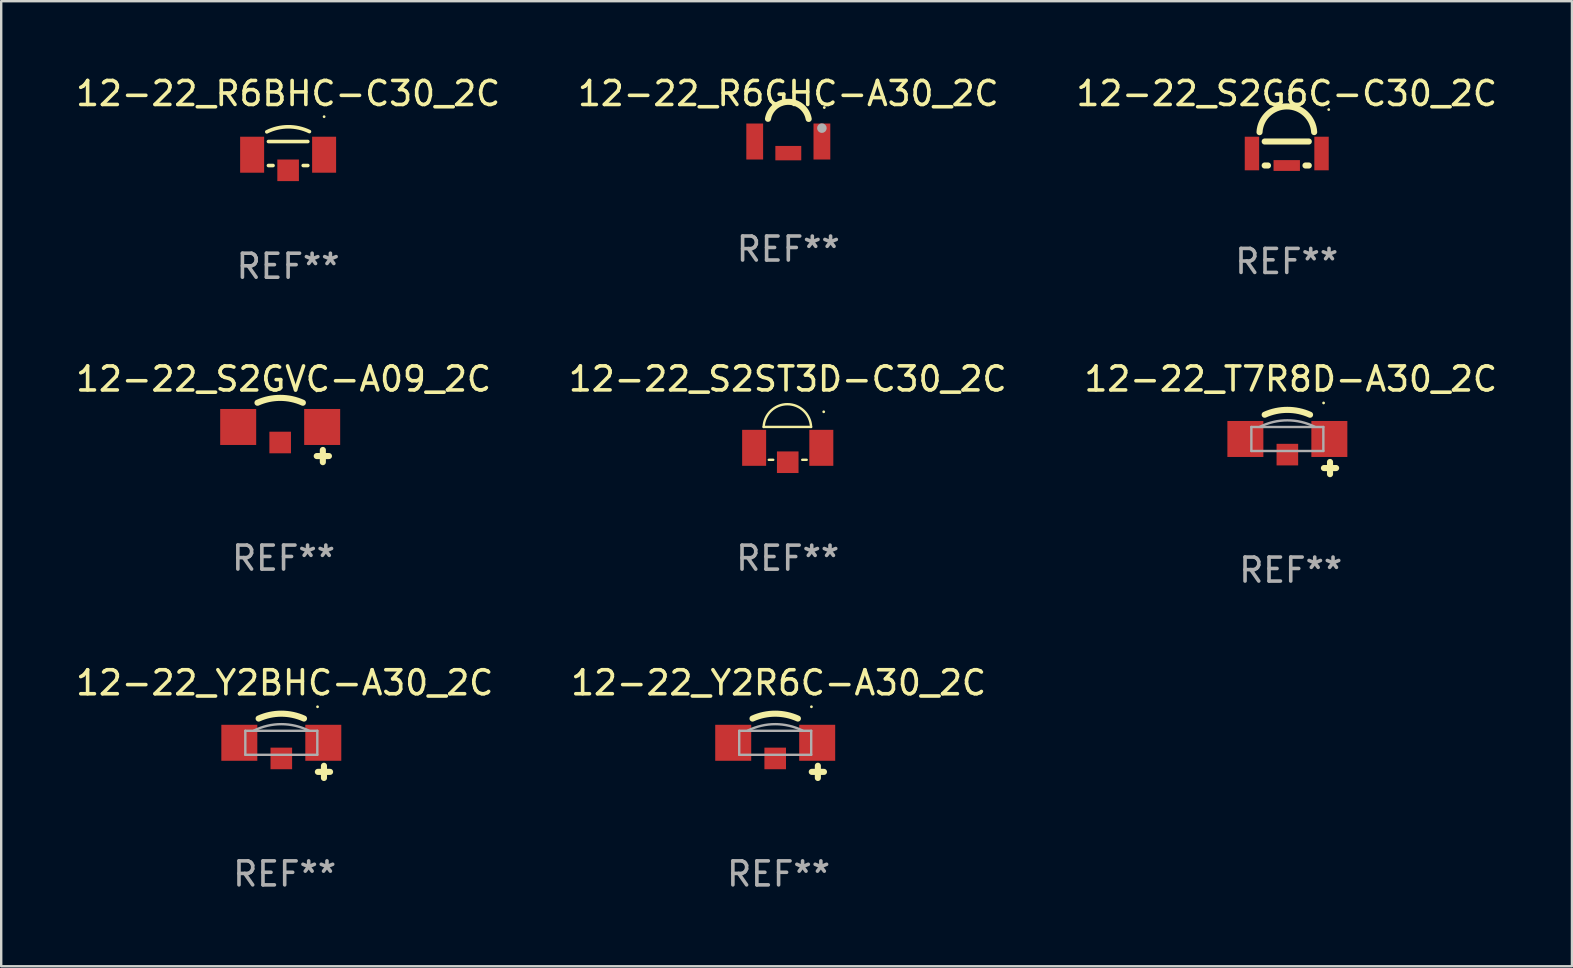
<source format=kicad_pcb>
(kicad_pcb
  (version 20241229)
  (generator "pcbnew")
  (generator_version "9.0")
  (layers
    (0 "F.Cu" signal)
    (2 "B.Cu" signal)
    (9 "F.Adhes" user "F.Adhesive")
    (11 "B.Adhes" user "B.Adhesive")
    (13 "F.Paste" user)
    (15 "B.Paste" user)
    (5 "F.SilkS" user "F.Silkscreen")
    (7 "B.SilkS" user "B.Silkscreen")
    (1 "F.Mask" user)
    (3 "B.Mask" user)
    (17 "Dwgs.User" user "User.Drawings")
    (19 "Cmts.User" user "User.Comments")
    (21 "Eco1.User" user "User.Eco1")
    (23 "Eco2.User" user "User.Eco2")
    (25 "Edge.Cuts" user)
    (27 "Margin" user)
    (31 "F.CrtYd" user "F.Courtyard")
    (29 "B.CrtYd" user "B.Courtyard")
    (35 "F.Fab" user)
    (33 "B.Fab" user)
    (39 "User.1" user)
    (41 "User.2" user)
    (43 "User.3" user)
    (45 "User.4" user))
  (footprint "12-22_Y2BHC-A30_2C"
    (layer "F.Cu")
    (at 8.815 28.39)
    (property "Reference" "12-22_Y2BHC-A30_2C" (at 0 -2.983 0) (layer "F.SilkS") (effects (font (size 1 1) (thickness 0.15))))
    (attr through_hole)
    (fp_line (start 1.383 0.729) (end 1.891 0.729) (stroke (width 0.254) (type solid)) (layer "F.SilkS"))
    (fp_line (start 1.637 0.983) (end 1.637 0.475) (stroke (width 0.254) (type solid)) (layer "F.SilkS"))
    (fp_arc (start -1.086335 -1.493205) (mid -0.14097 -1.696234) (end 0.804394 -1.493205) (stroke (width 0.254001) (type solid)) (layer "F.SilkS"))
    (fp_circle (center 1.369 -1.984) (end 1.399 -1.984) (stroke (width 0.06) (type solid)) (fill no) (layer "F.SilkS"))
    (fp_line (start -1.641 -0.983) (end 1.359 -0.983) (stroke (width 0.1) (type solid)) (layer "F.Fab"))
    (fp_line (start -1.641 0.017) (end -1.641 -0.983) (stroke (width 0.1) (type solid)) (layer "F.Fab"))
    (fp_line (start 1.359 -0.983) (end 1.359 0.017) (stroke (width 0.1) (type solid)) (layer "F.Fab"))
    (fp_line (start 1.359 0.017) (end -1.641 0.017) (stroke (width 0.1) (type solid)) (layer "F.Fab"))
    (fp_arc (start -1.283973 -0.990792) (mid -0.140971 -1.259454) (end 1.002032 -0.990793) (stroke (width 0.1) (type solid)) (layer "F.Fab"))
    (fp_text user "REF**" (at 0 4.983 0) (layer "F.Fab") (effects (font (size 1 1) (thickness 0.15))))
    (pad "1" smd rect (at 1.609 -0.483 90) (size 1.5 1.5) (layers "F.Cu" "F.Mask" "F.Paste"))
    (pad "2" smd rect (at -0.141 0.169) (size 0.9 0.9) (layers "F.Cu" "F.Mask" "F.Paste"))
    (pad "3" smd rect (at -1.891 -0.483 90) (size 1.5 1.5) (layers "F.Cu" "F.Mask" "F.Paste")))
  (footprint "12-22_Y2R6C-A30_2C"
    (layer "F.Cu")
    (at 29.399 28.39)
    (property "Reference" "12-22_Y2R6C-A30_2C" (at 0 -2.983 0) (layer "F.SilkS") (effects (font (size 1 1) (thickness 0.15))))
    (attr through_hole)
    (fp_line (start 1.383 0.729) (end 1.891 0.729) (stroke (width 0.254) (type solid)) (layer "F.SilkS"))
    (fp_line (start 1.637 0.983) (end 1.637 0.475) (stroke (width 0.254) (type solid)) (layer "F.SilkS"))
    (fp_arc (start -1.086335 -1.493205) (mid -0.14097 -1.696234) (end 0.804394 -1.493205) (stroke (width 0.254001) (type solid)) (layer "F.SilkS"))
    (fp_circle (center 1.369 -1.984) (end 1.399 -1.984) (stroke (width 0.06) (type solid)) (fill no) (layer "F.SilkS"))
    (fp_line (start -1.641 -0.983) (end 1.359 -0.983) (stroke (width 0.1) (type solid)) (layer "F.Fab"))
    (fp_line (start -1.641 0.017) (end -1.641 -0.983) (stroke (width 0.1) (type solid)) (layer "F.Fab"))
    (fp_line (start 1.359 -0.983) (end 1.359 0.017) (stroke (width 0.1) (type solid)) (layer "F.Fab"))
    (fp_line (start 1.359 0.017) (end -1.641 0.017) (stroke (width 0.1) (type solid)) (layer "F.Fab"))
    (fp_arc (start -1.283973 -0.990792) (mid -0.140971 -1.259454) (end 1.002032 -0.990793) (stroke (width 0.1) (type solid)) (layer "F.Fab"))
    (fp_text user "REF**" (at 0 4.983 0) (layer "F.Fab") (effects (font (size 1 1) (thickness 0.15))))
    (pad "1" smd rect (at 1.609 -0.483 90) (size 1.5 1.5) (layers "F.Cu" "F.Mask" "F.Paste"))
    (pad "2" smd rect (at -0.141 0.169) (size 0.9 0.9) (layers "F.Cu" "F.Mask" "F.Paste"))
    (pad "3" smd rect (at -1.891 -0.483 90) (size 1.5 1.5) (layers "F.Cu" "F.Mask" "F.Paste")))
  (footprint "12-22_S2GVC-A09_2C"
    (layer "F.Cu")
    (at 8.768 15.478)
    (property "Reference" "12-22_S2GVC-A09_2C" (at 0 -2.733 0) (layer "F.SilkS") (effects (font (size 1 1) (thickness 0.15))))
    (attr through_hole)
    (fp_line (start 1.383 0.479) (end 1.891 0.479) (stroke (width 0.254) (type solid)) (layer "F.SilkS"))
    (fp_line (start 1.637 0.733) (end 1.637 0.225) (stroke (width 0.254) (type solid)) (layer "F.SilkS"))
    (fp_arc (start -1.086335 -1.743205) (mid -0.14097 -1.946234) (end 0.804394 -1.743205) (stroke (width 0.254001) (type solid)) (layer "F.SilkS"))
    (fp_circle (center 1.379 -2.237) (end 1.409 -2.237) (stroke (width 0.06) (type solid)) (fill no) (layer "F.SilkS"))
    (fp_text user "REF**" (at 0 4.733 0) (layer "F.Fab") (effects (font (size 1 1) (thickness 0.15))))
    (pad "1" smd rect (at 1.609 -0.733 90) (size 1.5 1.5) (layers "F.Cu" "F.Mask" "F.Paste"))
    (pad "2" smd rect (at -0.141 -0.086) (size 0.9 0.9) (layers "F.Cu" "F.Mask" "F.Paste"))
    (pad "3" smd rect (at -1.891 -0.733 90) (size 1.5 1.5) (layers "F.Cu" "F.Mask" "F.Paste")))
  (footprint "12-22_R6BHC-C30_2C"
    (layer "F.Cu")
    (at 8.958 3.448)
    (property "Reference" "12-22_R6BHC-C30_2C" (at 0 -2.6 0) (layer "F.SilkS") (effects (font (size 1 1) (thickness 0.15))))
    (attr through_hole)
    (fp_line (start -0.821 -0.6) (end 0.821 -0.6) (stroke (width 0.15) (type solid)) (layer "F.SilkS"))
    (fp_line (start -0.821 0.4) (end -0.629 0.4) (stroke (width 0.15) (type solid)) (layer "F.SilkS"))
    (fp_line (start 0.629 0.4) (end 0.821 0.4) (stroke (width 0.15) (type solid)) (layer "F.SilkS"))
    (fp_arc (start -0.889129 -1.00254) (mid -0.001419 -1.214379) (end 0.888798 -1.013335) (stroke (width 0.150013) (type solid)) (layer "F.SilkS"))
    (fp_circle (center 1.5 -1.635) (end 1.53 -1.635) (stroke (width 0.06) (type solid)) (fill no) (layer "F.SilkS"))
    (fp_text user "REF**" (at 0 4.6 0) (layer "F.Fab") (effects (font (size 1 1) (thickness 0.15))))
    (pad "A" smd rect (at 1.5 -0.05) (size 1 1.5) (layers "F.Cu" "F.Mask" "F.Paste"))
    (pad "C1" smd rect (at -1.5 -0.05) (size 1 1.5) (layers "F.Cu" "F.Mask" "F.Paste"))
    (pad "C2" smd rect (at -0.000127 0.6) (size 0.9 0.9) (layers "F.Cu" "F.Mask" "F.Paste")))
  (footprint "12-22_S2G6C-C30_2C"
    (layer "F.Cu")
    (at 50.577 3.348)
    (property "Reference" "12-22_S2G6C-C30_2C" (at 0 -2.5 0) (layer "F.SilkS") (effects (font (size 1 1) (thickness 0.15))))
    (attr through_hole)
    (fp_line (start -0.919 -0.5) (end 0.919 -0.5) (stroke (width 0.254) (type solid)) (layer "F.SilkS"))
    (fp_line (start -0.781 0.5) (end -0.919 0.5) (stroke (width 0.254) (type solid)) (layer "F.SilkS"))
    (fp_line (start 0.919 0.5) (end 0.781 0.5) (stroke (width 0.254) (type solid)) (layer "F.SilkS"))
    (fp_arc (start -1.134187 -0.88998) (mid 0.002982 -1.965229) (end 1.143002 -0.893002) (stroke (width 0.254001) (type solid)) (layer "F.SilkS"))
    (fp_circle (center 1.75 -1.831) (end 1.78 -1.831) (stroke (width 0.06) (type solid)) (fill no) (layer "F.SilkS"))
    (fp_text user "REF**" (at 0 4.5 0) (layer "F.Fab") (effects (font (size 1 1) (thickness 0.15))))
    (pad "1" smd rect (at 1.45 -0.000064 90) (size 1.4 0.6) (layers "F.Cu" "F.Mask" "F.Paste"))
    (pad "2" smd rect (at 0 0.5) (size 1.1 0.45) (layers "F.Cu" "F.Mask" "F.Paste"))
    (pad "3" smd rect (at -1.45 -0.000064 90) (size 1.4 0.6) (layers "F.Cu" "F.Mask" "F.Paste")))
  (footprint "12-22_R6GHC-A30_2C"
    (layer "F.Cu")
    (at 29.804 3.09)
    (property "Reference" "12-22_R6GHC-A30_2C" (at 0 -2.242 0) (layer "F.SilkS") (effects (font (size 1 1) (thickness 0.15))))
    (attr through_hole)
    (fp_arc (start -0.846431 -1.18857) (mid 0.003699 -1.897338) (end 0.849632 -1.183566) (stroke (width 0.254001) (type solid)) (layer "F.SilkS"))
    (fp_circle (center 1.5 -1.658) (end 1.53 -1.658) (stroke (width 0.06) (type solid)) (fill no) (layer "F.SilkS"))
    (fp_circle (center 1.4 -0.8) (end 1.5 -0.8) (stroke (width 0.2) (type solid)) (fill no) (layer "F.Fab"))
    (fp_text user "REF**" (at 0 4.242 0) (layer "F.Fab") (effects (font (size 1 1) (thickness 0.15))))
    (pad "1" smd rect (at 1.4 -0.242 90) (size 1.5 0.7) (layers "F.Cu" "F.Mask" "F.Paste"))
    (pad "2" smd rect (at 0 0.242 90) (size 0.6 1.08) (layers "F.Cu" "F.Mask" "F.Paste"))
    (pad "3" smd rect (at -1.4 -0.242 90) (size 1.5 0.7) (layers "F.Cu" "F.Mask" "F.Paste")))
  (footprint "12-22_T7R8D-A30_2C"
    (layer "F.Cu")
    (at 50.744 15.728)
    (property "Reference" "12-22_T7R8D-A30_2C" (at 0 -2.983 0) (layer "F.SilkS") (effects (font (size 1 1) (thickness 0.15))))
    (attr through_hole)
    (fp_line (start 1.383 0.729) (end 1.891 0.729) (stroke (width 0.254) (type solid)) (layer "F.SilkS"))
    (fp_line (start 1.637 0.983) (end 1.637 0.475) (stroke (width 0.254) (type solid)) (layer "F.SilkS"))
    (fp_arc (start -1.086335 -1.493205) (mid -0.14097 -1.696234) (end 0.804394 -1.493205) (stroke (width 0.254001) (type solid)) (layer "F.SilkS"))
    (fp_circle (center 1.369 -1.984) (end 1.399 -1.984) (stroke (width 0.06) (type solid)) (fill no) (layer "F.SilkS"))
    (fp_line (start -1.641 -0.983) (end 1.359 -0.983) (stroke (width 0.1) (type solid)) (layer "F.Fab"))
    (fp_line (start -1.641 0.017) (end -1.641 -0.983) (stroke (width 0.1) (type solid)) (layer "F.Fab"))
    (fp_line (start 1.359 -0.983) (end 1.359 0.017) (stroke (width 0.1) (type solid)) (layer "F.Fab"))
    (fp_line (start 1.359 0.017) (end -1.641 0.017) (stroke (width 0.1) (type solid)) (layer "F.Fab"))
    (fp_arc (start -1.283973 -0.990792) (mid -0.140971 -1.259454) (end 1.002032 -0.990793) (stroke (width 0.1) (type solid)) (layer "F.Fab"))
    (fp_text user "REF**" (at 0 4.983 0) (layer "F.Fab") (effects (font (size 1 1) (thickness 0.15))))
    (pad "1" smd rect (at 1.609 -0.483 90) (size 1.5 1.5) (layers "F.Cu" "F.Mask" "F.Paste"))
    (pad "2" smd rect (at -0.141 0.169) (size 0.9 0.9) (layers "F.Cu" "F.Mask" "F.Paste"))
    (pad "3" smd rect (at -1.891 -0.483 90) (size 1.5 1.5) (layers "F.Cu" "F.Mask" "F.Paste")))
  (footprint "12-22_S2ST3D-C30_2C"
    (layer "F.Cu")
    (at 29.78 15.479)
    (property "Reference" "12-22_S2ST3D-C30_2C" (at 0 -2.735 0) (layer "F.SilkS") (effects (font (size 1 1) (thickness 0.15))))
    (attr through_hole)
    (fp_line (start -1.003 -0.735) (end 0.973 -0.735) (stroke (width 0.1) (type solid)) (layer "F.SilkS"))
    (fp_line (start -0.79 0.635) (end -0.604 0.635) (stroke (width 0.1) (type solid)) (layer "F.SilkS"))
    (fp_line (start 0.604 0.635) (end 0.79 0.635) (stroke (width 0.1) (type solid)) (layer "F.SilkS"))
    (fp_arc (start -1.003074 -0.73471) (mid -0.014999 -1.683772) (end 0.973076 -0.734709) (stroke (width 0.1) (type solid)) (layer "F.SilkS"))
    (fp_circle (center 1.5 -1.367) (end 1.53 -1.367) (stroke (width 0.06) (type solid)) (fill no) (layer "F.SilkS"))
    (fp_text user "REF**" (at 0 4.735 0) (layer "F.Fab") (effects (font (size 1 1) (thickness 0.15))))
    (pad "1" smd rect (at 1.4 0.135) (size 1 1.5) (layers "F.Cu" "F.Mask" "F.Paste"))
    (pad "2" smd rect (at 0 0.735) (size 0.9 0.9) (layers "F.Cu" "F.Mask" "F.Paste"))
    (pad "3" smd rect (at -1.4 0.135) (size 1 1.5) (layers "F.Cu" "F.Mask" "F.Paste")))
  (gr_rect
    (start -3 -3)
    (end 62.464 37.221)
    (stroke (width 0.1) (type default))
    (fill no)
    (layer "Edge.Cuts")))
</source>
